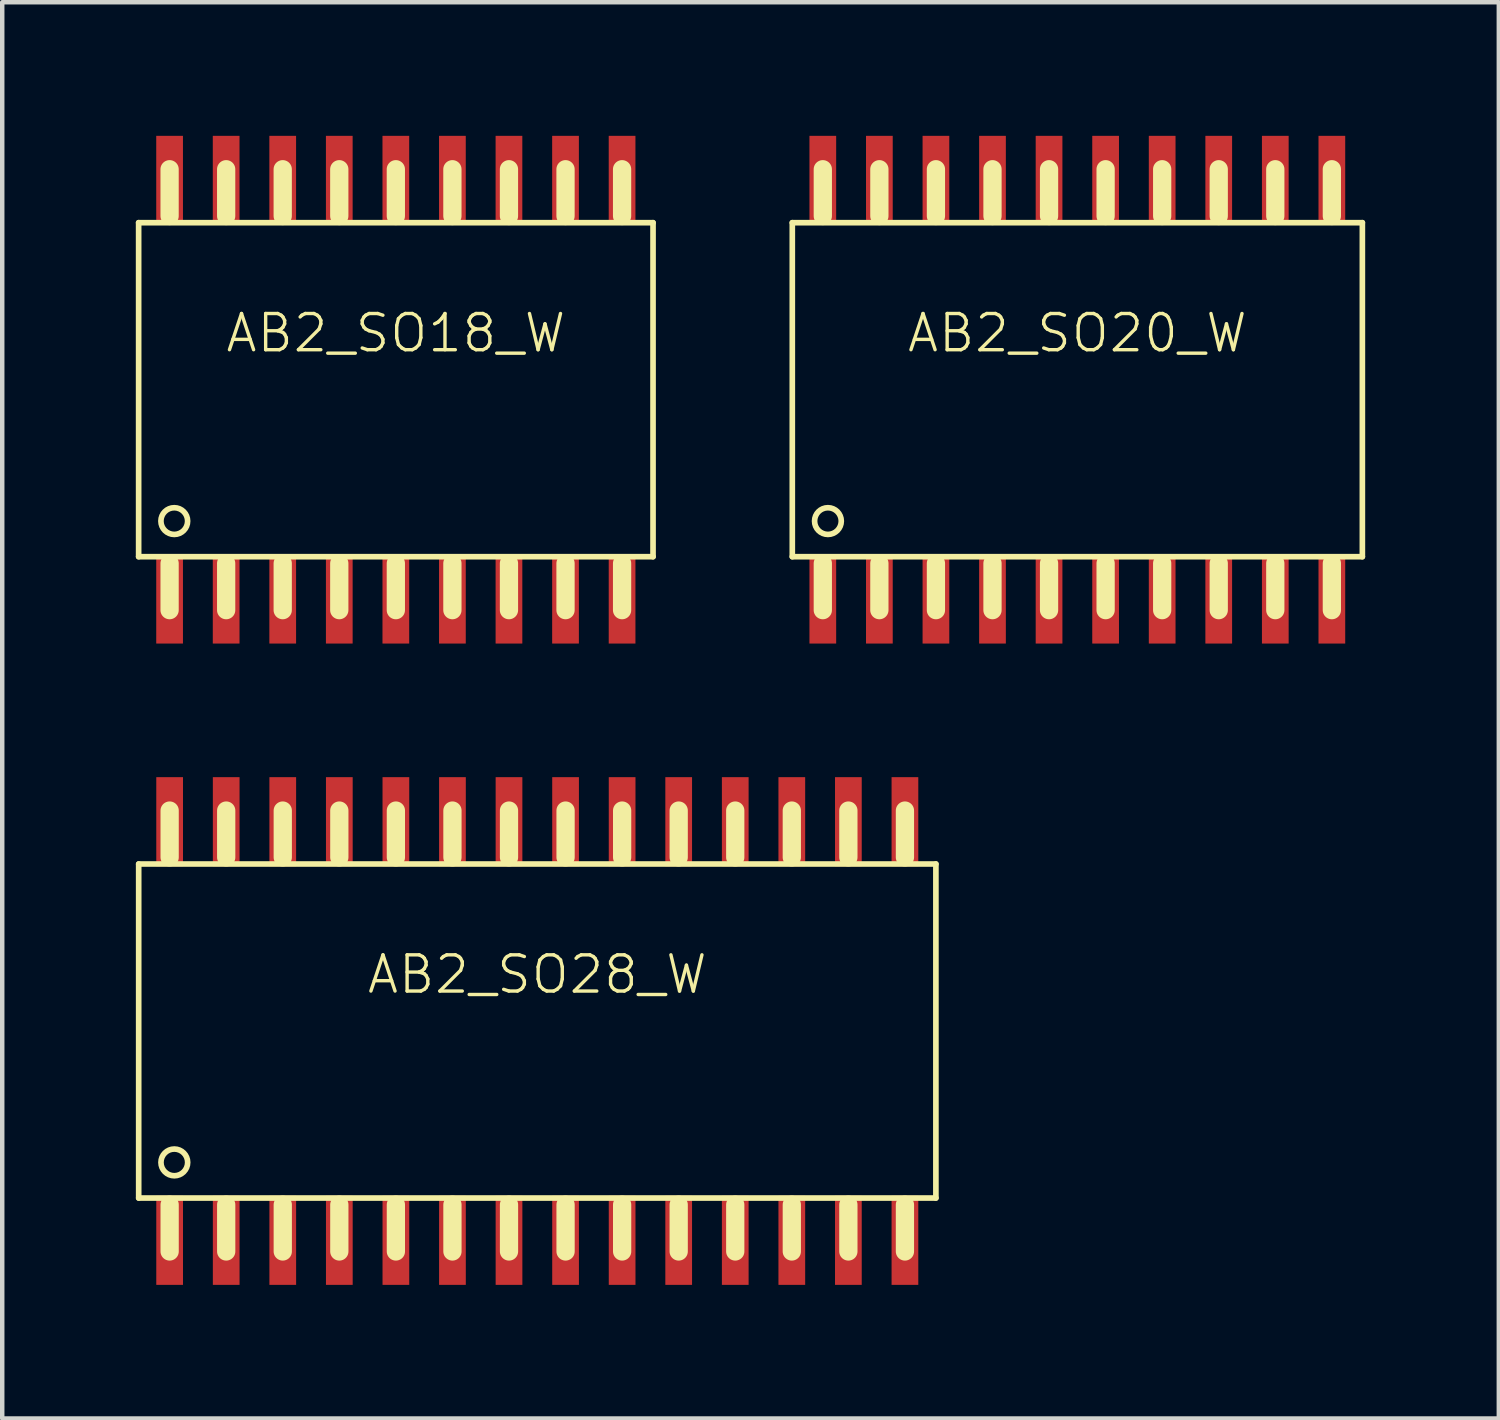
<source format=kicad_pcb>
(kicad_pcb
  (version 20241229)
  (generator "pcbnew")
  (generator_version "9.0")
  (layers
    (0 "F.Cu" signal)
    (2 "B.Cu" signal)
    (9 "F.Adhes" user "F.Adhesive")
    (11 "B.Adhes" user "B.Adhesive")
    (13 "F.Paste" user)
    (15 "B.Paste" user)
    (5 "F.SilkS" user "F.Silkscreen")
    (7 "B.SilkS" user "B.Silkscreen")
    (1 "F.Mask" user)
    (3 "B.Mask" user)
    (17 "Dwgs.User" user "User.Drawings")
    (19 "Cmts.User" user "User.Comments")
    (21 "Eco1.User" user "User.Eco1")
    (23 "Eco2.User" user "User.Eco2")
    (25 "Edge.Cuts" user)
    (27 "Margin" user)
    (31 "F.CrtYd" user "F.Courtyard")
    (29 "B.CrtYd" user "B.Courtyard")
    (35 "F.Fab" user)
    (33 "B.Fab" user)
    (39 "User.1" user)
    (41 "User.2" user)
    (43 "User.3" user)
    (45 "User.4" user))
  (footprint "AB2_SO18_W"
    (layer "F.Cu")
    (at 5.838 5.7)
    (property "Reference" "AB2_SO18_W" (at 0 -1.27 0) (layer "F.SilkS") (effects (font (size 0.813 0.813) (thickness 0.076))))
    (attr through_hole)
    (fp_line (start -5.775 -3.75) (end 5.775 -3.75) (stroke (width 0.127) (type solid)) (layer "F.SilkS"))
    (fp_line (start -5.775 3.75) (end -5.775 -3.75) (stroke (width 0.127) (type solid)) (layer "F.SilkS"))
    (fp_line (start -5.08 -4.95) (end -5.08 -3.9) (stroke (width 0.41) (type solid)) (layer "F.SilkS"))
    (fp_line (start -5.08 3.9) (end -5.08 4.95) (stroke (width 0.41) (type solid)) (layer "F.SilkS"))
    (fp_line (start -3.81 -4.95) (end -3.81 -3.9) (stroke (width 0.41) (type solid)) (layer "F.SilkS"))
    (fp_line (start -3.81 3.9) (end -3.81 4.95) (stroke (width 0.41) (type solid)) (layer "F.SilkS"))
    (fp_line (start -2.54 -4.95) (end -2.54 -3.9) (stroke (width 0.41) (type solid)) (layer "F.SilkS"))
    (fp_line (start -2.54 3.9) (end -2.54 4.95) (stroke (width 0.41) (type solid)) (layer "F.SilkS"))
    (fp_line (start -1.27 -4.95) (end -1.27 -3.9) (stroke (width 0.41) (type solid)) (layer "F.SilkS"))
    (fp_line (start -1.27 3.9) (end -1.27 4.95) (stroke (width 0.41) (type solid)) (layer "F.SilkS"))
    (fp_line (start 0 -4.95) (end 0 -3.9) (stroke (width 0.41) (type solid)) (layer "F.SilkS"))
    (fp_line (start 0 3.9) (end 0 4.95) (stroke (width 0.41) (type solid)) (layer "F.SilkS"))
    (fp_line (start 1.27 -4.95) (end 1.27 -3.9) (stroke (width 0.41) (type solid)) (layer "F.SilkS"))
    (fp_line (start 1.27 3.9) (end 1.27 4.95) (stroke (width 0.41) (type solid)) (layer "F.SilkS"))
    (fp_line (start 2.54 -4.95) (end 2.54 -3.9) (stroke (width 0.41) (type solid)) (layer "F.SilkS"))
    (fp_line (start 2.54 3.9) (end 2.54 4.95) (stroke (width 0.41) (type solid)) (layer "F.SilkS"))
    (fp_line (start 3.81 -4.95) (end 3.81 -3.9) (stroke (width 0.41) (type solid)) (layer "F.SilkS"))
    (fp_line (start 3.81 3.9) (end 3.81 4.95) (stroke (width 0.41) (type solid)) (layer "F.SilkS"))
    (fp_line (start 5.08 -4.95) (end 5.08 -3.9) (stroke (width 0.41) (type solid)) (layer "F.SilkS"))
    (fp_line (start 5.08 3.9) (end 5.08 4.95) (stroke (width 0.41) (type solid)) (layer "F.SilkS"))
    (fp_line (start 5.775 -3.75) (end 5.775 3.75) (stroke (width 0.127) (type solid)) (layer "F.SilkS"))
    (fp_line (start 5.775 3.75) (end -5.775 3.75) (stroke (width 0.127) (type solid)) (layer "F.SilkS"))
    (fp_circle (center -4.975 2.95) (end -4.975 2.65) (stroke (width 0.127) (type solid)) (fill no) (layer "F.SilkS"))
    (pad "1" smd rect (at -5.08 4.7) (size 0.6 2) (layers "F.Cu" "F.Mask" "F.Paste"))
    (pad "2" smd rect (at -3.81 4.7) (size 0.6 2) (layers "F.Cu" "F.Mask" "F.Paste"))
    (pad "3" smd rect (at -2.54 4.7) (size 0.6 2) (layers "F.Cu" "F.Mask" "F.Paste"))
    (pad "4" smd rect (at -1.27 4.7) (size 0.6 2) (layers "F.Cu" "F.Mask" "F.Paste"))
    (pad "5" smd rect (at 0 4.7) (size 0.6 2) (layers "F.Cu" "F.Mask" "F.Paste"))
    (pad "6" smd rect (at 1.27 4.7) (size 0.6 2) (layers "F.Cu" "F.Mask" "F.Paste"))
    (pad "7" smd rect (at 2.54 4.7) (size 0.6 2) (layers "F.Cu" "F.Mask" "F.Paste"))
    (pad "8" smd rect (at 3.81 4.7) (size 0.6 2) (layers "F.Cu" "F.Mask" "F.Paste"))
    (pad "9" smd rect (at 5.08 4.7) (size 0.6 2) (layers "F.Cu" "F.Mask" "F.Paste"))
    (pad "10" smd rect (at 5.08 -4.7) (size 0.6 2) (layers "F.Cu" "F.Mask" "F.Paste"))
    (pad "11" smd rect (at 3.81 -4.7) (size 0.6 2) (layers "F.Cu" "F.Mask" "F.Paste"))
    (pad "12" smd rect (at 2.54 -4.7) (size 0.6 2) (layers "F.Cu" "F.Mask" "F.Paste"))
    (pad "13" smd rect (at 1.27 -4.7) (size 0.6 2) (layers "F.Cu" "F.Mask" "F.Paste"))
    (pad "14" smd rect (at 0 -4.7) (size 0.6 2) (layers "F.Cu" "F.Mask" "F.Paste"))
    (pad "15" smd rect (at -1.27 -4.7) (size 0.6 2) (layers "F.Cu" "F.Mask" "F.Paste"))
    (pad "16" smd rect (at -2.54 -4.7) (size 0.6 2) (layers "F.Cu" "F.Mask" "F.Paste"))
    (pad "17" smd rect (at -3.81 -4.7) (size 0.6 2) (layers "F.Cu" "F.Mask" "F.Paste"))
    (pad "18" smd rect (at -5.08 -4.7) (size 0.6 2) (layers "F.Cu" "F.Mask" "F.Paste")))
  (footprint "AB2_SO28_W"
    (layer "F.Cu")
    (at 9.014 20.1)
    (property "Reference" "AB2_SO28_W" (at 0 -1.27 0) (layer "F.SilkS") (effects (font (size 0.813 0.813) (thickness 0.076))))
    (attr through_hole)
    (fp_line (start -8.95 -3.75) (end 8.95 -3.75) (stroke (width 0.127) (type solid)) (layer "F.SilkS"))
    (fp_line (start -8.95 3.75) (end -8.95 -3.75) (stroke (width 0.127) (type solid)) (layer "F.SilkS"))
    (fp_line (start -8.255 -4.95) (end -8.255 -3.9) (stroke (width 0.41) (type solid)) (layer "F.SilkS"))
    (fp_line (start -8.255 3.9) (end -8.255 4.95) (stroke (width 0.41) (type solid)) (layer "F.SilkS"))
    (fp_line (start -6.985 -4.95) (end -6.985 -3.9) (stroke (width 0.41) (type solid)) (layer "F.SilkS"))
    (fp_line (start -6.985 3.9) (end -6.985 4.95) (stroke (width 0.41) (type solid)) (layer "F.SilkS"))
    (fp_line (start -5.715 -4.95) (end -5.715 -3.9) (stroke (width 0.41) (type solid)) (layer "F.SilkS"))
    (fp_line (start -5.715 3.9) (end -5.715 4.95) (stroke (width 0.41) (type solid)) (layer "F.SilkS"))
    (fp_line (start -4.445 -4.95) (end -4.445 -3.9) (stroke (width 0.41) (type solid)) (layer "F.SilkS"))
    (fp_line (start -4.445 3.9) (end -4.445 4.95) (stroke (width 0.41) (type solid)) (layer "F.SilkS"))
    (fp_line (start -3.175 -4.95) (end -3.175 -3.9) (stroke (width 0.41) (type solid)) (layer "F.SilkS"))
    (fp_line (start -3.175 3.9) (end -3.175 4.95) (stroke (width 0.41) (type solid)) (layer "F.SilkS"))
    (fp_line (start -1.905 -4.95) (end -1.905 -3.9) (stroke (width 0.41) (type solid)) (layer "F.SilkS"))
    (fp_line (start -1.905 3.9) (end -1.905 4.95) (stroke (width 0.41) (type solid)) (layer "F.SilkS"))
    (fp_line (start -0.635 -4.95) (end -0.635 -3.9) (stroke (width 0.41) (type solid)) (layer "F.SilkS"))
    (fp_line (start -0.635 3.9) (end -0.635 4.95) (stroke (width 0.41) (type solid)) (layer "F.SilkS"))
    (fp_line (start 0.635 -4.95) (end 0.635 -3.9) (stroke (width 0.41) (type solid)) (layer "F.SilkS"))
    (fp_line (start 0.635 3.9) (end 0.635 4.95) (stroke (width 0.41) (type solid)) (layer "F.SilkS"))
    (fp_line (start 1.905 -4.95) (end 1.905 -3.9) (stroke (width 0.41) (type solid)) (layer "F.SilkS"))
    (fp_line (start 1.905 3.9) (end 1.905 4.95) (stroke (width 0.41) (type solid)) (layer "F.SilkS"))
    (fp_line (start 3.175 -4.95) (end 3.175 -3.9) (stroke (width 0.41) (type solid)) (layer "F.SilkS"))
    (fp_line (start 3.175 3.9) (end 3.175 4.95) (stroke (width 0.41) (type solid)) (layer "F.SilkS"))
    (fp_line (start 4.445 -4.95) (end 4.445 -3.9) (stroke (width 0.41) (type solid)) (layer "F.SilkS"))
    (fp_line (start 4.445 3.9) (end 4.445 4.95) (stroke (width 0.41) (type solid)) (layer "F.SilkS"))
    (fp_line (start 5.715 -4.95) (end 5.715 -3.9) (stroke (width 0.41) (type solid)) (layer "F.SilkS"))
    (fp_line (start 5.715 3.9) (end 5.715 4.95) (stroke (width 0.41) (type solid)) (layer "F.SilkS"))
    (fp_line (start 6.985 -4.95) (end 6.985 -3.9) (stroke (width 0.41) (type solid)) (layer "F.SilkS"))
    (fp_line (start 6.985 3.9) (end 6.985 4.95) (stroke (width 0.41) (type solid)) (layer "F.SilkS"))
    (fp_line (start 8.255 -4.95) (end 8.255 -3.9) (stroke (width 0.41) (type solid)) (layer "F.SilkS"))
    (fp_line (start 8.255 3.9) (end 8.255 4.95) (stroke (width 0.41) (type solid)) (layer "F.SilkS"))
    (fp_line (start 8.95 -3.75) (end 8.95 3.75) (stroke (width 0.127) (type solid)) (layer "F.SilkS"))
    (fp_line (start 8.95 3.75) (end -8.95 3.75) (stroke (width 0.127) (type solid)) (layer "F.SilkS"))
    (fp_circle (center -8.15 2.95) (end -8.15 2.65) (stroke (width 0.127) (type solid)) (fill no) (layer "F.SilkS"))
    (pad "1" smd rect (at -8.255 4.7) (size 0.6 2) (layers "F.Cu" "F.Mask" "F.Paste"))
    (pad "2" smd rect (at -6.985 4.7) (size 0.6 2) (layers "F.Cu" "F.Mask" "F.Paste"))
    (pad "3" smd rect (at -5.715 4.7) (size 0.6 2) (layers "F.Cu" "F.Mask" "F.Paste"))
    (pad "4" smd rect (at -4.445 4.7) (size 0.6 2) (layers "F.Cu" "F.Mask" "F.Paste"))
    (pad "5" smd rect (at -3.175 4.7) (size 0.6 2) (layers "F.Cu" "F.Mask" "F.Paste"))
    (pad "6" smd rect (at -1.905 4.7) (size 0.6 2) (layers "F.Cu" "F.Mask" "F.Paste"))
    (pad "7" smd rect (at -0.635 4.7) (size 0.6 2) (layers "F.Cu" "F.Mask" "F.Paste"))
    (pad "8" smd rect (at 0.635 4.7) (size 0.6 2) (layers "F.Cu" "F.Mask" "F.Paste"))
    (pad "9" smd rect (at 1.905 4.7) (size 0.6 2) (layers "F.Cu" "F.Mask" "F.Paste"))
    (pad "10" smd rect (at 3.175 4.7) (size 0.6 2) (layers "F.Cu" "F.Mask" "F.Paste"))
    (pad "11" smd rect (at 4.445 4.7) (size 0.6 2) (layers "F.Cu" "F.Mask" "F.Paste"))
    (pad "12" smd rect (at 5.715 4.7) (size 0.6 2) (layers "F.Cu" "F.Mask" "F.Paste"))
    (pad "13" smd rect (at 6.985 4.7) (size 0.6 2) (layers "F.Cu" "F.Mask" "F.Paste"))
    (pad "14" smd rect (at 8.255 4.7) (size 0.6 2) (layers "F.Cu" "F.Mask" "F.Paste"))
    (pad "15" smd rect (at 8.255 -4.7) (size 0.6 2) (layers "F.Cu" "F.Mask" "F.Paste"))
    (pad "16" smd rect (at 6.985 -4.7) (size 0.6 2) (layers "F.Cu" "F.Mask" "F.Paste"))
    (pad "17" smd rect (at 5.715 -4.7) (size 0.6 2) (layers "F.Cu" "F.Mask" "F.Paste"))
    (pad "18" smd rect (at 4.445 -4.7) (size 0.6 2) (layers "F.Cu" "F.Mask" "F.Paste"))
    (pad "19" smd rect (at 3.175 -4.7) (size 0.6 2) (layers "F.Cu" "F.Mask" "F.Paste"))
    (pad "20" smd rect (at 1.905 -4.7) (size 0.6 2) (layers "F.Cu" "F.Mask" "F.Paste"))
    (pad "21" smd rect (at 0.635 -4.7) (size 0.6 2) (layers "F.Cu" "F.Mask" "F.Paste"))
    (pad "22" smd rect (at -0.635 -4.7) (size 0.6 2) (layers "F.Cu" "F.Mask" "F.Paste"))
    (pad "23" smd rect (at -1.905 -4.7) (size 0.6 2) (layers "F.Cu" "F.Mask" "F.Paste"))
    (pad "24" smd rect (at -3.175 -4.7) (size 0.6 2) (layers "F.Cu" "F.Mask" "F.Paste"))
    (pad "25" smd rect (at -4.445 -4.7) (size 0.6 2) (layers "F.Cu" "F.Mask" "F.Paste"))
    (pad "26" smd rect (at -5.715 -4.7) (size 0.6 2) (layers "F.Cu" "F.Mask" "F.Paste"))
    (pad "27" smd rect (at -6.985 -4.7) (size 0.6 2) (layers "F.Cu" "F.Mask" "F.Paste"))
    (pad "28" smd rect (at -8.255 -4.7) (size 0.6 2) (layers "F.Cu" "F.Mask" "F.Paste")))
  (footprint "AB2_SO20_W"
    (layer "F.Cu")
    (at 21.14 5.7)
    (property "Reference" "AB2_SO20_W" (at 0 -1.27 0) (layer "F.SilkS") (effects (font (size 0.813 0.813) (thickness 0.076))))
    (attr through_hole)
    (fp_line (start -6.4 -3.75) (end 6.4 -3.75) (stroke (width 0.127) (type solid)) (layer "F.SilkS"))
    (fp_line (start -6.4 3.75) (end -6.4 -3.75) (stroke (width 0.127) (type solid)) (layer "F.SilkS"))
    (fp_line (start -5.715 -4.95) (end -5.715 -3.9) (stroke (width 0.41) (type solid)) (layer "F.SilkS"))
    (fp_line (start -5.715 3.9) (end -5.715 4.95) (stroke (width 0.41) (type solid)) (layer "F.SilkS"))
    (fp_line (start -4.445 -4.95) (end -4.445 -3.9) (stroke (width 0.41) (type solid)) (layer "F.SilkS"))
    (fp_line (start -4.445 3.9) (end -4.445 4.95) (stroke (width 0.41) (type solid)) (layer "F.SilkS"))
    (fp_line (start -3.175 -4.95) (end -3.175 -3.9) (stroke (width 0.41) (type solid)) (layer "F.SilkS"))
    (fp_line (start -3.175 3.9) (end -3.175 4.95) (stroke (width 0.41) (type solid)) (layer "F.SilkS"))
    (fp_line (start -1.905 -4.95) (end -1.905 -3.9) (stroke (width 0.41) (type solid)) (layer "F.SilkS"))
    (fp_line (start -1.905 3.9) (end -1.905 4.95) (stroke (width 0.41) (type solid)) (layer "F.SilkS"))
    (fp_line (start -0.635 -4.95) (end -0.635 -3.9) (stroke (width 0.41) (type solid)) (layer "F.SilkS"))
    (fp_line (start -0.635 3.9) (end -0.635 4.95) (stroke (width 0.41) (type solid)) (layer "F.SilkS"))
    (fp_line (start 0.635 -4.95) (end 0.635 -3.9) (stroke (width 0.41) (type solid)) (layer "F.SilkS"))
    (fp_line (start 0.635 3.9) (end 0.635 4.95) (stroke (width 0.41) (type solid)) (layer "F.SilkS"))
    (fp_line (start 1.905 -4.95) (end 1.905 -3.9) (stroke (width 0.41) (type solid)) (layer "F.SilkS"))
    (fp_line (start 1.905 3.9) (end 1.905 4.95) (stroke (width 0.41) (type solid)) (layer "F.SilkS"))
    (fp_line (start 3.175 -4.95) (end 3.175 -3.9) (stroke (width 0.41) (type solid)) (layer "F.SilkS"))
    (fp_line (start 3.175 3.9) (end 3.175 4.95) (stroke (width 0.41) (type solid)) (layer "F.SilkS"))
    (fp_line (start 4.445 -4.95) (end 4.445 -3.9) (stroke (width 0.41) (type solid)) (layer "F.SilkS"))
    (fp_line (start 4.445 3.9) (end 4.445 4.95) (stroke (width 0.41) (type solid)) (layer "F.SilkS"))
    (fp_line (start 5.715 -4.95) (end 5.715 -3.9) (stroke (width 0.41) (type solid)) (layer "F.SilkS"))
    (fp_line (start 5.715 3.9) (end 5.715 4.95) (stroke (width 0.41) (type solid)) (layer "F.SilkS"))
    (fp_line (start 6.4 -3.75) (end 6.4 3.75) (stroke (width 0.127) (type solid)) (layer "F.SilkS"))
    (fp_line (start 6.4 3.75) (end -6.4 3.75) (stroke (width 0.127) (type solid)) (layer "F.SilkS"))
    (fp_circle (center -5.6 2.95) (end -5.6 2.65) (stroke (width 0.127) (type solid)) (fill no) (layer "F.SilkS"))
    (pad "1" smd rect (at -5.715 4.7) (size 0.6 2) (layers "F.Cu" "F.Mask" "F.Paste"))
    (pad "2" smd rect (at -4.445 4.7) (size 0.6 2) (layers "F.Cu" "F.Mask" "F.Paste"))
    (pad "3" smd rect (at -3.175 4.7) (size 0.6 2) (layers "F.Cu" "F.Mask" "F.Paste"))
    (pad "4" smd rect (at -1.905 4.7) (size 0.6 2) (layers "F.Cu" "F.Mask" "F.Paste"))
    (pad "5" smd rect (at -0.635 4.7) (size 0.6 2) (layers "F.Cu" "F.Mask" "F.Paste"))
    (pad "6" smd rect (at 0.635 4.7) (size 0.6 2) (layers "F.Cu" "F.Mask" "F.Paste"))
    (pad "7" smd rect (at 1.905 4.7) (size 0.6 2) (layers "F.Cu" "F.Mask" "F.Paste"))
    (pad "8" smd rect (at 3.175 4.7) (size 0.6 2) (layers "F.Cu" "F.Mask" "F.Paste"))
    (pad "9" smd rect (at 4.445 4.7) (size 0.6 2) (layers "F.Cu" "F.Mask" "F.Paste"))
    (pad "10" smd rect (at 5.715 4.7) (size 0.6 2) (layers "F.Cu" "F.Mask" "F.Paste"))
    (pad "11" smd rect (at 5.715 -4.7) (size 0.6 2) (layers "F.Cu" "F.Mask" "F.Paste"))
    (pad "12" smd rect (at 4.445 -4.7) (size 0.6 2) (layers "F.Cu" "F.Mask" "F.Paste"))
    (pad "13" smd rect (at 3.175 -4.7) (size 0.6 2) (layers "F.Cu" "F.Mask" "F.Paste"))
    (pad "14" smd rect (at 1.905 -4.7) (size 0.6 2) (layers "F.Cu" "F.Mask" "F.Paste"))
    (pad "15" smd rect (at 0.635 -4.7) (size 0.6 2) (layers "F.Cu" "F.Mask" "F.Paste"))
    (pad "16" smd rect (at -0.635 -4.7) (size 0.6 2) (layers "F.Cu" "F.Mask" "F.Paste"))
    (pad "17" smd rect (at -1.905 -4.7) (size 0.6 2) (layers "F.Cu" "F.Mask" "F.Paste"))
    (pad "18" smd rect (at -3.175 -4.7) (size 0.6 2) (layers "F.Cu" "F.Mask" "F.Paste"))
    (pad "19" smd rect (at -4.445 -4.7) (size 0.6 2) (layers "F.Cu" "F.Mask" "F.Paste"))
    (pad "20" smd rect (at -5.715 -4.7) (size 0.6 2) (layers "F.Cu" "F.Mask" "F.Paste")))
  (gr_rect
    (start -3 -3)
    (end 30.604 28.8)
    (stroke (width 0.1) (type default))
    (fill no)
    (layer "Edge.Cuts")))
</source>
